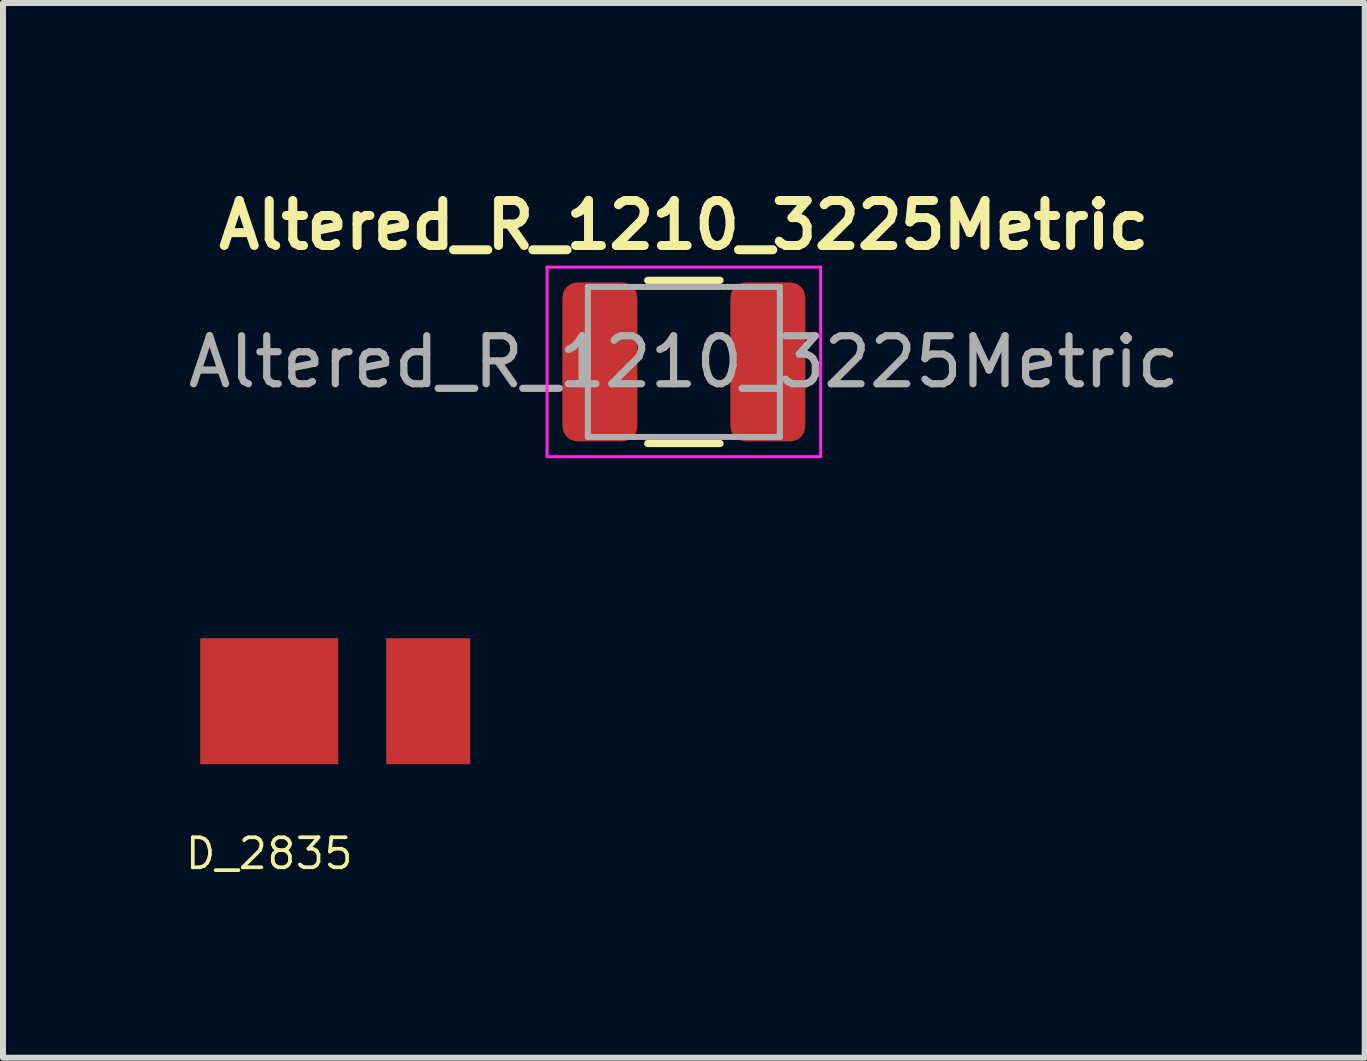
<source format=kicad_pcb>
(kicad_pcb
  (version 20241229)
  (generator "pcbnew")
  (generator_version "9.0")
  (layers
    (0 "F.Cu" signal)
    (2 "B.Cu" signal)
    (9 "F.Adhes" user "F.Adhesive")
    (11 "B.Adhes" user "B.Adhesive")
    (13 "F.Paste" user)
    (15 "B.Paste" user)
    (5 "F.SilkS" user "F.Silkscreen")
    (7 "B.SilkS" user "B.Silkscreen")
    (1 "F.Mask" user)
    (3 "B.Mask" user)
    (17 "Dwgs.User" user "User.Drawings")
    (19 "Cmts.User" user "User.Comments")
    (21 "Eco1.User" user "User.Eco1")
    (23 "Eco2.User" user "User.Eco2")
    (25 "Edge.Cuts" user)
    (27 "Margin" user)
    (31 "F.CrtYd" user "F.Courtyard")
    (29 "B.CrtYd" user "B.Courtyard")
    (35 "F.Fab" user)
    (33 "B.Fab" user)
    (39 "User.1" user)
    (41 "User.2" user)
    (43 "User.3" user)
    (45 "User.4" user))
  (footprint "Altered_R_1210_3225Metric"
    (layer "F.Cu")
    (at 8.348 2.982)
    (property "Reference" "Altered_R_1210_3225Metric" (at 0 -2.28 0) (layer "F.SilkS") (effects (font (size 0.75 0.75) (thickness 0.15))))
    (attr smd)
    (fp_line (start -0.602 -1.36) (end 0.602 -1.36) (stroke (width 0.12) (type solid)) (layer "F.SilkS"))
    (fp_line (start -0.602 1.36) (end 0.602 1.36) (stroke (width 0.12) (type solid)) (layer "F.SilkS"))
    (fp_line (start -2.28 -1.58) (end 2.28 -1.58) (stroke (width 0.05) (type solid)) (layer "F.CrtYd"))
    (fp_line (start -2.28 1.58) (end -2.28 -1.58) (stroke (width 0.05) (type solid)) (layer "F.CrtYd"))
    (fp_line (start 2.28 -1.58) (end 2.28 1.58) (stroke (width 0.05) (type solid)) (layer "F.CrtYd"))
    (fp_line (start 2.28 1.58) (end -2.28 1.58) (stroke (width 0.05) (type solid)) (layer "F.CrtYd"))
    (fp_line (start -1.6 -1.25) (end 1.6 -1.25) (stroke (width 0.1) (type solid)) (layer "F.Fab"))
    (fp_line (start -1.6 1.25) (end -1.6 -1.25) (stroke (width 0.1) (type solid)) (layer "F.Fab"))
    (fp_line (start 1.6 -1.25) (end 1.6 1.25) (stroke (width 0.1) (type solid)) (layer "F.Fab"))
    (fp_line (start 1.6 1.25) (end -1.6 1.25) (stroke (width 0.1) (type solid)) (layer "F.Fab"))
    (fp_text user "${REFERENCE}" (at 0 0 0) (layer "F.Fab") (effects (font (size 0.8 0.8) (thickness 0.12))))
    (pad "1" smd roundrect (at -1.4 0) (size 1.25 2.65) (layers "F.Cu" "F.Mask" "F.Paste") (roundrect_rratio 0.2))
    (pad "2" smd roundrect (at 1.4 0) (size 1.25 2.65) (layers "F.Cu" "F.Mask" "F.Paste") (roundrect_rratio 0.2)))
  (footprint "D_2835"
    (placed yes)
    (layer "F.Cu")
    (at 1.437 8.637)
    (property "Reference" "D_2835" (at 0 2.54 0) (layer "F.SilkS") (effects (font (size 0.5 0.5) (thickness 0.062))))
    (attr through_hole)
    (pad "1" smd rect (at 0 0) (size 2.3 2.1) (layers "F.Cu" "F.Mask" "F.Paste"))
    (pad "2" smd rect (at 2.65 0) (size 1.4 2.1) (layers "F.Cu" "F.Mask" "F.Paste")))
  (gr_rect
    (start -3 -3)
    (end 19.695 14.579)
    (stroke (width 0.1) (type default))
    (fill no)
    (layer "Edge.Cuts")))
</source>
